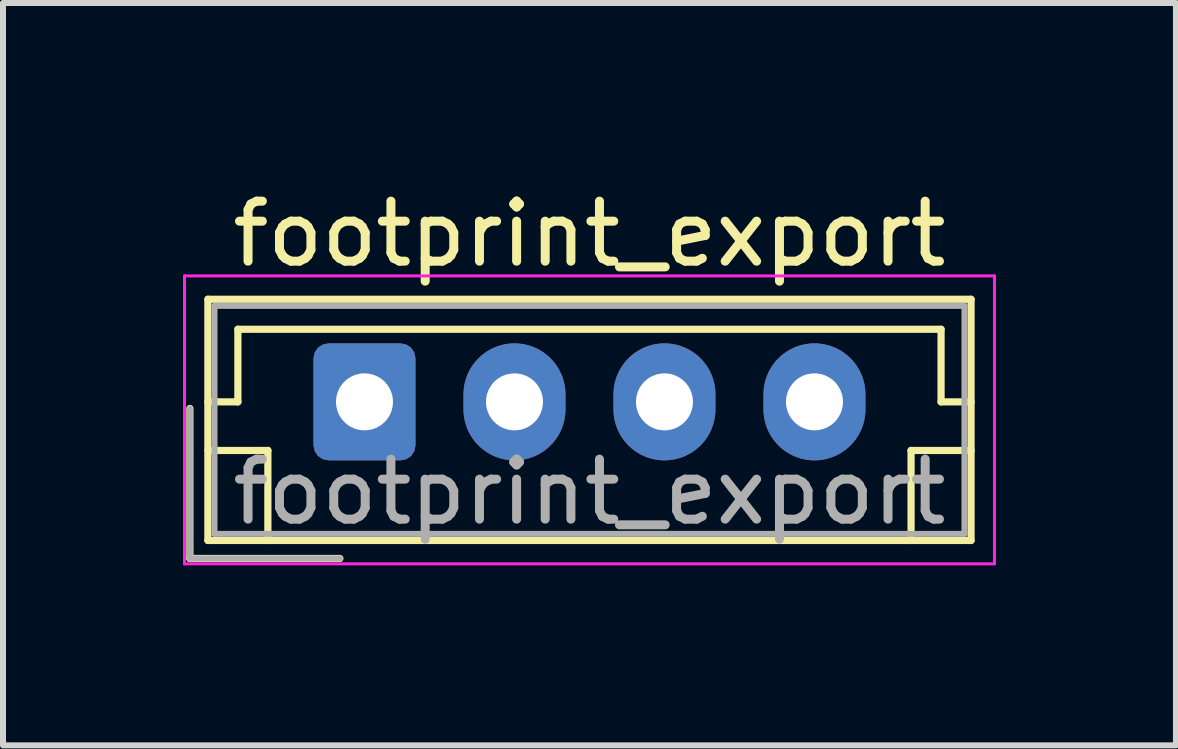
<source format=kicad_pcb>
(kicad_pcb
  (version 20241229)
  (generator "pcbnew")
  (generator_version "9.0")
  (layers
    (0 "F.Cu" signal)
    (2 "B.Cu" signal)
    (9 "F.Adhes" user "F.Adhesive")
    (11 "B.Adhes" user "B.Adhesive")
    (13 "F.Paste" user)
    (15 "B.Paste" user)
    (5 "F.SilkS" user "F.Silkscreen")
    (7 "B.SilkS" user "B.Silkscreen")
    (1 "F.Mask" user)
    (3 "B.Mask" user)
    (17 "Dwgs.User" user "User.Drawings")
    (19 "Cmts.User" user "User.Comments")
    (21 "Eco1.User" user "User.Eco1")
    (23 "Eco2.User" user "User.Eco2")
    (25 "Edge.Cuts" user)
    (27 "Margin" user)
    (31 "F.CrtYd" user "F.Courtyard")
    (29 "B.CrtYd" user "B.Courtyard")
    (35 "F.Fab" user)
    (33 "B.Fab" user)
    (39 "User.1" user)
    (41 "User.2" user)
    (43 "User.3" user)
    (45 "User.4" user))
  (footprint "footprint_export"
    (layer "F.Cu")
    (at 3.025 3.648)
    (property "Reference" "footprint_export" (at 3.75 -2.8 0) (layer "F.SilkS") (effects (font (size 1 1) (thickness 0.15))))
    (attr through_hole)
    (fp_line (start -2.91 0.11) (end -2.91 2.61) (stroke (width 0.12) (type solid)) (layer "F.SilkS"))
    (fp_line (start -2.91 2.61) (end -0.41 2.61) (stroke (width 0.12) (type solid)) (layer "F.SilkS"))
    (fp_line (start -2.61 -1.71) (end -2.61 2.31) (stroke (width 0.12) (type solid)) (layer "F.SilkS"))
    (fp_line (start -2.61 0) (end -2.11 0) (stroke (width 0.12) (type solid)) (layer "F.SilkS"))
    (fp_line (start -2.61 0.81) (end -1.61 0.81) (stroke (width 0.12) (type solid)) (layer "F.SilkS"))
    (fp_line (start -2.61 2.31) (end 10.11 2.31) (stroke (width 0.12) (type solid)) (layer "F.SilkS"))
    (fp_line (start -2.11 -1.21) (end 9.61 -1.21) (stroke (width 0.12) (type solid)) (layer "F.SilkS"))
    (fp_line (start -2.11 0) (end -2.11 -1.21) (stroke (width 0.12) (type solid)) (layer "F.SilkS"))
    (fp_line (start -1.61 0.81) (end -1.61 2.31) (stroke (width 0.12) (type solid)) (layer "F.SilkS"))
    (fp_line (start 9.11 0.81) (end 9.11 2.31) (stroke (width 0.12) (type solid)) (layer "F.SilkS"))
    (fp_line (start 9.61 -1.21) (end 9.61 0) (stroke (width 0.12) (type solid)) (layer "F.SilkS"))
    (fp_line (start 9.61 0) (end 10.11 0) (stroke (width 0.12) (type solid)) (layer "F.SilkS"))
    (fp_line (start 10.11 -1.71) (end -2.61 -1.71) (stroke (width 0.12) (type solid)) (layer "F.SilkS"))
    (fp_line (start 10.11 0.81) (end 9.11 0.81) (stroke (width 0.12) (type solid)) (layer "F.SilkS"))
    (fp_line (start 10.11 2.31) (end 10.11 -1.71) (stroke (width 0.12) (type solid)) (layer "F.SilkS"))
    (fp_line (start -3 -2.1) (end -3 2.7) (stroke (width 0.05) (type solid)) (layer "F.CrtYd"))
    (fp_line (start -3 2.7) (end 10.5 2.7) (stroke (width 0.05) (type solid)) (layer "F.CrtYd"))
    (fp_line (start 10.5 -2.1) (end -3 -2.1) (stroke (width 0.05) (type solid)) (layer "F.CrtYd"))
    (fp_line (start 10.5 2.7) (end 10.5 -2.1) (stroke (width 0.05) (type solid)) (layer "F.CrtYd"))
    (fp_line (start -2.91 0.11) (end -2.91 2.61) (stroke (width 0.1) (type solid)) (layer "F.Fab"))
    (fp_line (start -2.91 2.61) (end -0.41 2.61) (stroke (width 0.1) (type solid)) (layer "F.Fab"))
    (fp_line (start -2.5 -1.6) (end -2.5 2.2) (stroke (width 0.1) (type solid)) (layer "F.Fab"))
    (fp_line (start -2.5 2.2) (end 10 2.2) (stroke (width 0.1) (type solid)) (layer "F.Fab"))
    (fp_line (start 10 -1.6) (end -2.5 -1.6) (stroke (width 0.1) (type solid)) (layer "F.Fab"))
    (fp_line (start 10 2.2) (end 10 -1.6) (stroke (width 0.1) (type solid)) (layer "F.Fab"))
    (fp_text user "${REFERENCE}" (at 3.75 1.5 0) (layer "F.Fab") (effects (font (size 1 1) (thickness 0.15))))
    (pad "1" thru_hole roundrect (at 0 0) (size 1.7 1.95) (drill 0.95) (layers "*.Cu" "*.Mask") (roundrect_rratio 0.147))
    (pad "2" thru_hole oval (at 2.5 0) (size 1.7 1.95) (drill 0.95) (layers "*.Cu" "*.Mask"))
    (pad "3" thru_hole oval (at 5 0) (size 1.7 1.95) (drill 0.95) (layers "*.Cu" "*.Mask"))
    (pad "4" thru_hole oval (at 7.5 0) (size 1.7 1.95) (drill 0.95) (layers "*.Cu" "*.Mask")))
  (gr_rect
    (start -3 -3)
    (end 16.55 9.373)
    (stroke (width 0.1) (type default))
    (fill no)
    (layer "Edge.Cuts")))
</source>
